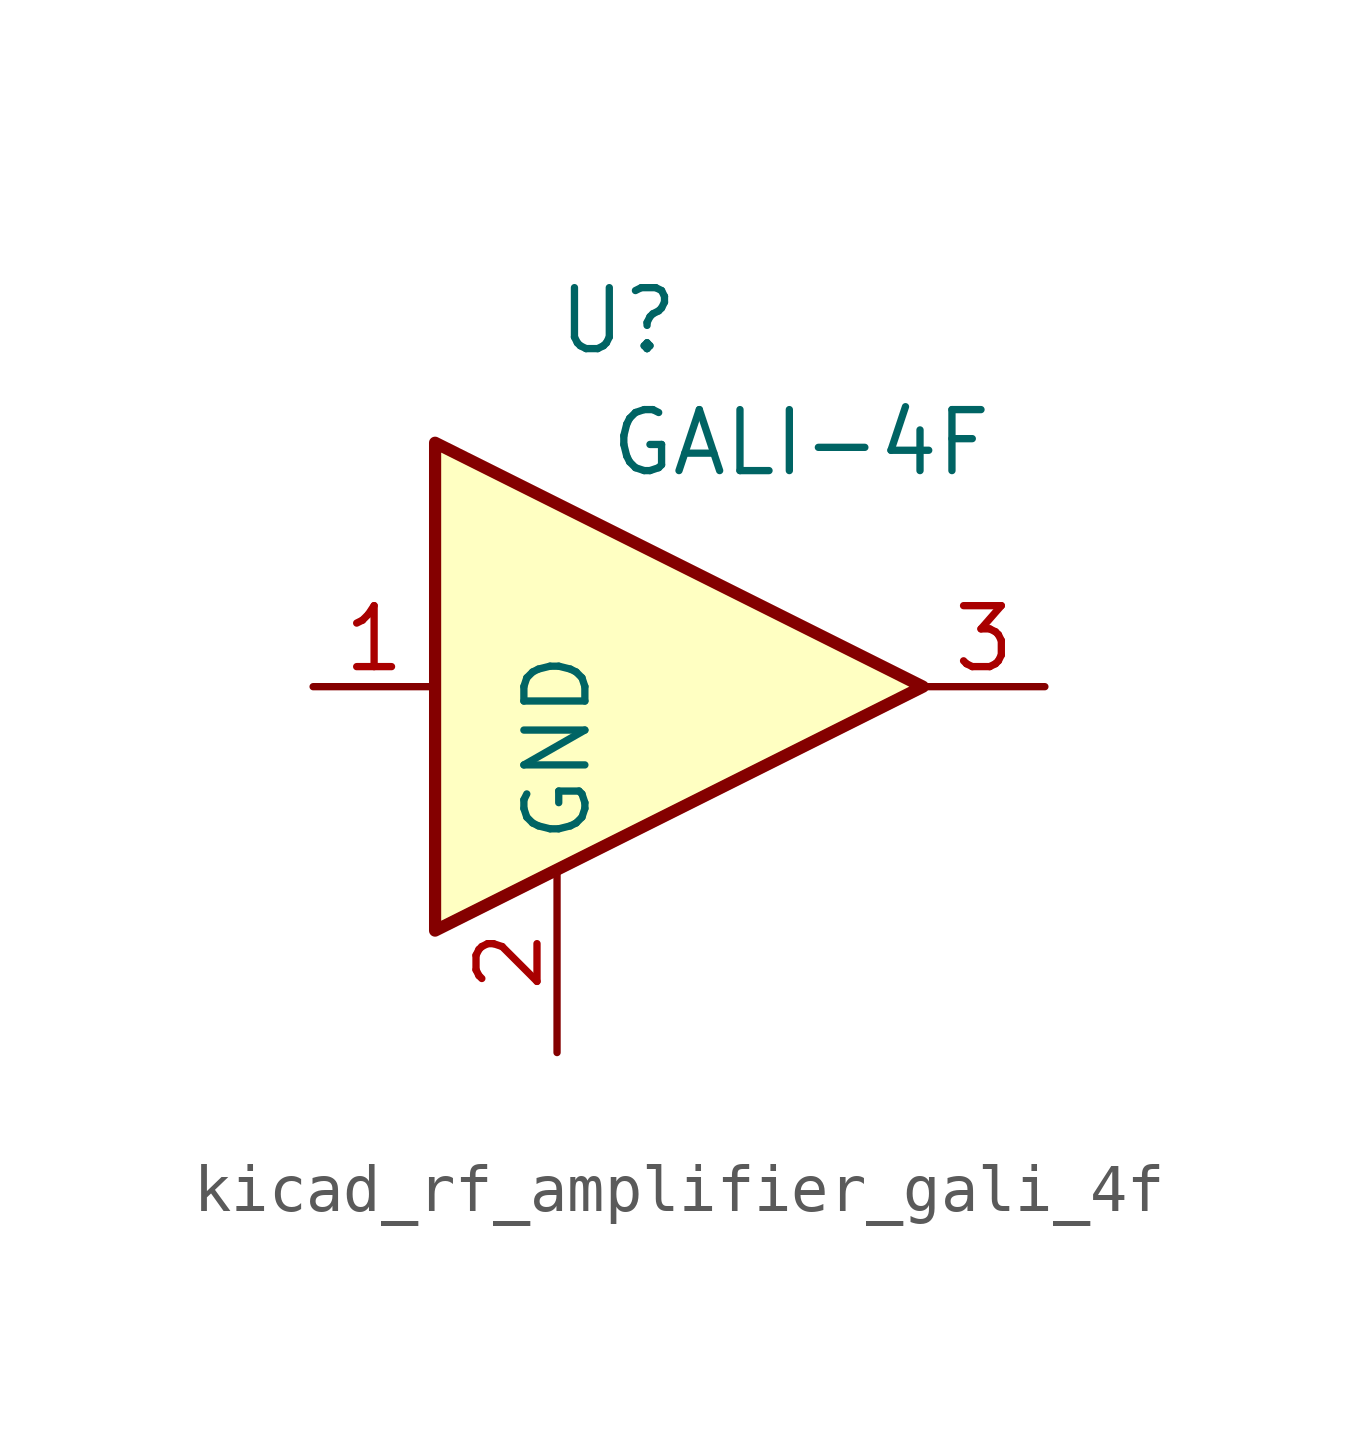
<source format=kicad_sym>
(kicad_symbol_lib
  (version 20220914)
  (generator kicad_symbol_editor)
  (symbol "kicad_rf_amplifier_gali_4f"
    (property "Reference" "U"
      (at -1.27 7.62 0)
      (effects (font (size 1.27 1.27))))
    (property "Value" "GALI-4F"
      (at 2.54 5.08 0)
      (effects (font (size 1.27 1.27))))
    (symbol "kicad_rf_amplifier_gali_4f_0_1"
      (polyline (pts (xy 5.08 0) (xy -5.08 5.08) (xy -5.08 -5.08) (xy 5.08 0)) (stroke (width 0.254) (type default)) (fill (type background))))
    (symbol "kicad_rf_amplifier_gali_4f_1_1"
      (pin input line (at -7.62 0 0) (length 2.54) (name "~" (effects (font (size 1.27 1.27)))) (number "1" (effects (font (size 1.27 1.27)))))
      (pin power_in line (at -2.54 -7.62 90) (length 3.81) (name "GND" (effects (font (size 1.27 1.27)))) (number "2" (effects (font (size 1.27 1.27)))))
      (pin output line (at 7.62 0 180) (length 2.54) (name "~" (effects (font (size 1.27 1.27)))) (number "3" (effects (font (size 1.27 1.27))))))))
</source>
